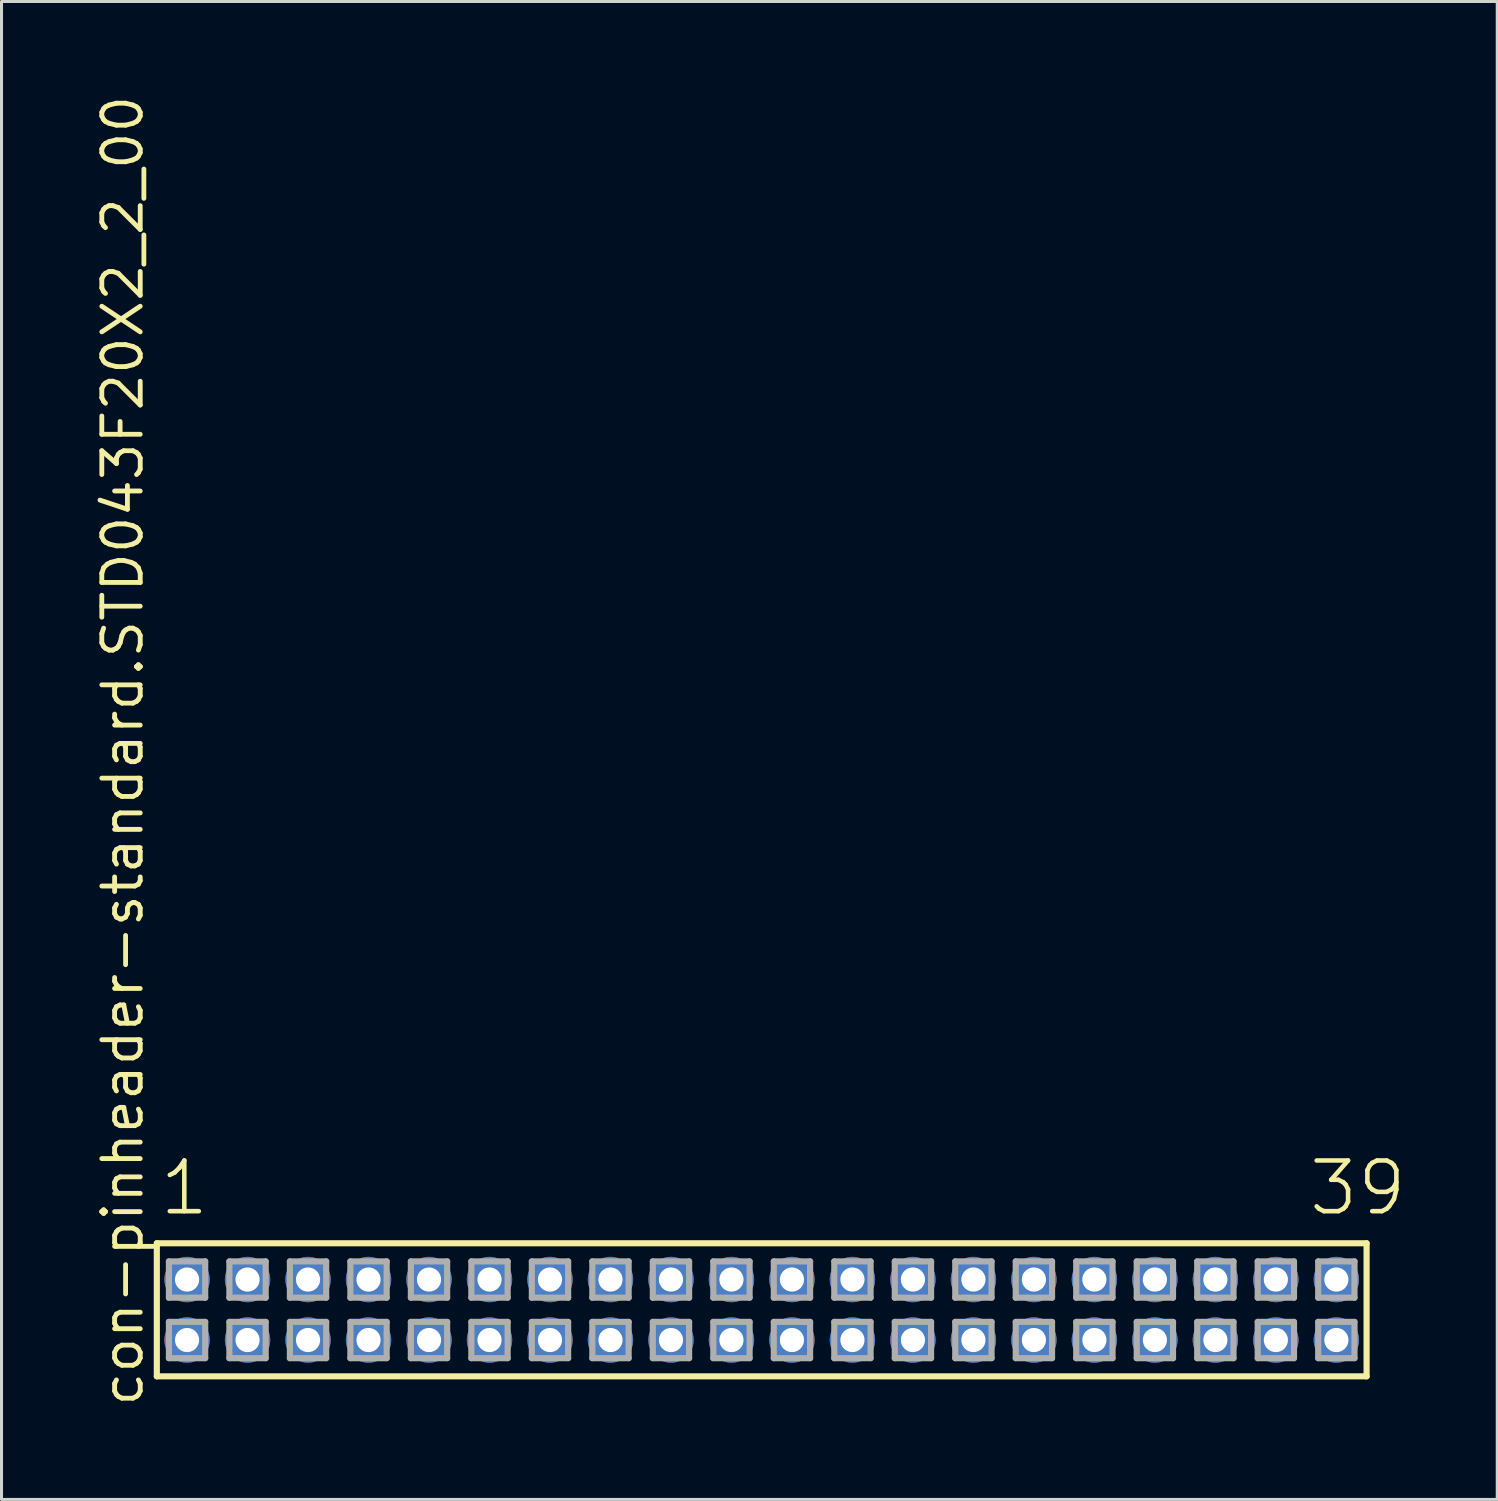
<source format=kicad_pcb>
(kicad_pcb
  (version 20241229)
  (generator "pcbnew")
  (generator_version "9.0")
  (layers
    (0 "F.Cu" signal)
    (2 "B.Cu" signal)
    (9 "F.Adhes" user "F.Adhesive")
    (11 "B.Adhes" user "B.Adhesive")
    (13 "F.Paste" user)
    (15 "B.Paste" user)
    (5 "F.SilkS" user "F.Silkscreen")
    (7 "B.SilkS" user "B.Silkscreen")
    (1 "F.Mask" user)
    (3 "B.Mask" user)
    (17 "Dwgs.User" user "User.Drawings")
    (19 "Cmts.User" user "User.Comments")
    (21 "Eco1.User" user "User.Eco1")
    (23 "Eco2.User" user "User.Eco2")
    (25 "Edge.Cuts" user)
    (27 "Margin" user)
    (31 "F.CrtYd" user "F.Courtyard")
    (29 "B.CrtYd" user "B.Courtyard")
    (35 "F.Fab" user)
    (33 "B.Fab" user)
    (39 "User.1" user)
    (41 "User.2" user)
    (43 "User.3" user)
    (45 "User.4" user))
  (footprint "con-pinheader-standard.STD043F20X2_2_00"
    (layer "F.Cu")
    (at 22.135 40.257)
    (property "Reference" "con-pinheader-standard.STD043F20X2_2_00" (at -20.385 3.27 90) (layer "F.SilkS") (effects (font (size 1.27 1.27) (thickness 0.16)) (justify left bottom)))
    (attr through_hole)
    (fp_line (start -20 -2.2) (end 20 -2.2) (stroke (width 0.203) (type default)) (layer "F.SilkS"))
    (fp_line (start -20 2.2) (end -20 -2.2) (stroke (width 0.203) (type default)) (layer "F.SilkS"))
    (fp_line (start 20 -2.2) (end 20 2.2) (stroke (width 0.203) (type default)) (layer "F.SilkS"))
    (fp_line (start 20 2.2) (end -20 2.2) (stroke (width 0.203) (type default)) (layer "F.SilkS"))
    (fp_line (start -19.6 -1.6) (end -18.4 -1.6) (stroke (width 0.203) (type default)) (layer "F.Fab"))
    (fp_line (start -19.6 -0.4) (end -19.6 -1.6) (stroke (width 0.203) (type default)) (layer "F.Fab"))
    (fp_line (start -19.6 0.4) (end -18.4 0.4) (stroke (width 0.203) (type default)) (layer "F.Fab"))
    (fp_line (start -19.6 1.6) (end -19.6 0.4) (stroke (width 0.203) (type default)) (layer "F.Fab"))
    (fp_line (start -18.4 -1.6) (end -18.4 -0.4) (stroke (width 0.203) (type default)) (layer "F.Fab"))
    (fp_line (start -18.4 -0.4) (end -19.6 -0.4) (stroke (width 0.203) (type default)) (layer "F.Fab"))
    (fp_line (start -18.4 0.4) (end -18.4 1.6) (stroke (width 0.203) (type default)) (layer "F.Fab"))
    (fp_line (start -18.4 1.6) (end -19.6 1.6) (stroke (width 0.203) (type default)) (layer "F.Fab"))
    (fp_line (start -17.6 -1.6) (end -16.4 -1.6) (stroke (width 0.203) (type default)) (layer "F.Fab"))
    (fp_line (start -17.6 -0.4) (end -17.6 -1.6) (stroke (width 0.203) (type default)) (layer "F.Fab"))
    (fp_line (start -17.6 0.4) (end -16.4 0.4) (stroke (width 0.203) (type default)) (layer "F.Fab"))
    (fp_line (start -17.6 1.6) (end -17.6 0.4) (stroke (width 0.203) (type default)) (layer "F.Fab"))
    (fp_line (start -16.4 -1.6) (end -16.4 -0.4) (stroke (width 0.203) (type default)) (layer "F.Fab"))
    (fp_line (start -16.4 -0.4) (end -17.6 -0.4) (stroke (width 0.203) (type default)) (layer "F.Fab"))
    (fp_line (start -16.4 0.4) (end -16.4 1.6) (stroke (width 0.203) (type default)) (layer "F.Fab"))
    (fp_line (start -16.4 1.6) (end -17.6 1.6) (stroke (width 0.203) (type default)) (layer "F.Fab"))
    (fp_line (start -15.6 -1.6) (end -14.4 -1.6) (stroke (width 0.203) (type default)) (layer "F.Fab"))
    (fp_line (start -15.6 -0.4) (end -15.6 -1.6) (stroke (width 0.203) (type default)) (layer "F.Fab"))
    (fp_line (start -15.6 0.4) (end -14.4 0.4) (stroke (width 0.203) (type default)) (layer "F.Fab"))
    (fp_line (start -15.6 1.6) (end -15.6 0.4) (stroke (width 0.203) (type default)) (layer "F.Fab"))
    (fp_line (start -14.4 -1.6) (end -14.4 -0.4) (stroke (width 0.203) (type default)) (layer "F.Fab"))
    (fp_line (start -14.4 -0.4) (end -15.6 -0.4) (stroke (width 0.203) (type default)) (layer "F.Fab"))
    (fp_line (start -14.4 0.4) (end -14.4 1.6) (stroke (width 0.203) (type default)) (layer "F.Fab"))
    (fp_line (start -14.4 1.6) (end -15.6 1.6) (stroke (width 0.203) (type default)) (layer "F.Fab"))
    (fp_line (start -13.6 -1.6) (end -12.4 -1.6) (stroke (width 0.203) (type default)) (layer "F.Fab"))
    (fp_line (start -13.6 -0.4) (end -13.6 -1.6) (stroke (width 0.203) (type default)) (layer "F.Fab"))
    (fp_line (start -13.6 0.4) (end -12.4 0.4) (stroke (width 0.203) (type default)) (layer "F.Fab"))
    (fp_line (start -13.6 1.6) (end -13.6 0.4) (stroke (width 0.203) (type default)) (layer "F.Fab"))
    (fp_line (start -12.4 -1.6) (end -12.4 -0.4) (stroke (width 0.203) (type default)) (layer "F.Fab"))
    (fp_line (start -12.4 -0.4) (end -13.6 -0.4) (stroke (width 0.203) (type default)) (layer "F.Fab"))
    (fp_line (start -12.4 0.4) (end -12.4 1.6) (stroke (width 0.203) (type default)) (layer "F.Fab"))
    (fp_line (start -12.4 1.6) (end -13.6 1.6) (stroke (width 0.203) (type default)) (layer "F.Fab"))
    (fp_line (start -11.6 -1.6) (end -10.4 -1.6) (stroke (width 0.203) (type default)) (layer "F.Fab"))
    (fp_line (start -11.6 -0.4) (end -11.6 -1.6) (stroke (width 0.203) (type default)) (layer "F.Fab"))
    (fp_line (start -11.6 0.4) (end -10.4 0.4) (stroke (width 0.203) (type default)) (layer "F.Fab"))
    (fp_line (start -11.6 1.6) (end -11.6 0.4) (stroke (width 0.203) (type default)) (layer "F.Fab"))
    (fp_line (start -10.4 -1.6) (end -10.4 -0.4) (stroke (width 0.203) (type default)) (layer "F.Fab"))
    (fp_line (start -10.4 -0.4) (end -11.6 -0.4) (stroke (width 0.203) (type default)) (layer "F.Fab"))
    (fp_line (start -10.4 0.4) (end -10.4 1.6) (stroke (width 0.203) (type default)) (layer "F.Fab"))
    (fp_line (start -10.4 1.6) (end -11.6 1.6) (stroke (width 0.203) (type default)) (layer "F.Fab"))
    (fp_line (start -9.6 -1.6) (end -8.4 -1.6) (stroke (width 0.203) (type default)) (layer "F.Fab"))
    (fp_line (start -9.6 -0.4) (end -9.6 -1.6) (stroke (width 0.203) (type default)) (layer "F.Fab"))
    (fp_line (start -9.6 0.4) (end -8.4 0.4) (stroke (width 0.203) (type default)) (layer "F.Fab"))
    (fp_line (start -9.6 1.6) (end -9.6 0.4) (stroke (width 0.203) (type default)) (layer "F.Fab"))
    (fp_line (start -8.4 -1.6) (end -8.4 -0.4) (stroke (width 0.203) (type default)) (layer "F.Fab"))
    (fp_line (start -8.4 -0.4) (end -9.6 -0.4) (stroke (width 0.203) (type default)) (layer "F.Fab"))
    (fp_line (start -8.4 0.4) (end -8.4 1.6) (stroke (width 0.203) (type default)) (layer "F.Fab"))
    (fp_line (start -8.4 1.6) (end -9.6 1.6) (stroke (width 0.203) (type default)) (layer "F.Fab"))
    (fp_line (start -7.6 -1.6) (end -6.4 -1.6) (stroke (width 0.203) (type default)) (layer "F.Fab"))
    (fp_line (start -7.6 -0.4) (end -7.6 -1.6) (stroke (width 0.203) (type default)) (layer "F.Fab"))
    (fp_line (start -7.6 0.4) (end -6.4 0.4) (stroke (width 0.203) (type default)) (layer "F.Fab"))
    (fp_line (start -7.6 1.6) (end -7.6 0.4) (stroke (width 0.203) (type default)) (layer "F.Fab"))
    (fp_line (start -6.4 -1.6) (end -6.4 -0.4) (stroke (width 0.203) (type default)) (layer "F.Fab"))
    (fp_line (start -6.4 -0.4) (end -7.6 -0.4) (stroke (width 0.203) (type default)) (layer "F.Fab"))
    (fp_line (start -6.4 0.4) (end -6.4 1.6) (stroke (width 0.203) (type default)) (layer "F.Fab"))
    (fp_line (start -6.4 1.6) (end -7.6 1.6) (stroke (width 0.203) (type default)) (layer "F.Fab"))
    (fp_line (start -5.6 -1.6) (end -4.4 -1.6) (stroke (width 0.203) (type default)) (layer "F.Fab"))
    (fp_line (start -5.6 -0.4) (end -5.6 -1.6) (stroke (width 0.203) (type default)) (layer "F.Fab"))
    (fp_line (start -5.6 0.4) (end -4.4 0.4) (stroke (width 0.203) (type default)) (layer "F.Fab"))
    (fp_line (start -5.6 1.6) (end -5.6 0.4) (stroke (width 0.203) (type default)) (layer "F.Fab"))
    (fp_line (start -4.4 -1.6) (end -4.4 -0.4) (stroke (width 0.203) (type default)) (layer "F.Fab"))
    (fp_line (start -4.4 -0.4) (end -5.6 -0.4) (stroke (width 0.203) (type default)) (layer "F.Fab"))
    (fp_line (start -4.4 0.4) (end -4.4 1.6) (stroke (width 0.203) (type default)) (layer "F.Fab"))
    (fp_line (start -4.4 1.6) (end -5.6 1.6) (stroke (width 0.203) (type default)) (layer "F.Fab"))
    (fp_line (start -3.6 -1.6) (end -2.4 -1.6) (stroke (width 0.203) (type default)) (layer "F.Fab"))
    (fp_line (start -3.6 -0.4) (end -3.6 -1.6) (stroke (width 0.203) (type default)) (layer "F.Fab"))
    (fp_line (start -3.6 0.4) (end -2.4 0.4) (stroke (width 0.203) (type default)) (layer "F.Fab"))
    (fp_line (start -3.6 1.6) (end -3.6 0.4) (stroke (width 0.203) (type default)) (layer "F.Fab"))
    (fp_line (start -2.4 -1.6) (end -2.4 -0.4) (stroke (width 0.203) (type default)) (layer "F.Fab"))
    (fp_line (start -2.4 -0.4) (end -3.6 -0.4) (stroke (width 0.203) (type default)) (layer "F.Fab"))
    (fp_line (start -2.4 0.4) (end -2.4 1.6) (stroke (width 0.203) (type default)) (layer "F.Fab"))
    (fp_line (start -2.4 1.6) (end -3.6 1.6) (stroke (width 0.203) (type default)) (layer "F.Fab"))
    (fp_line (start -1.6 -1.6) (end -0.4 -1.6) (stroke (width 0.203) (type default)) (layer "F.Fab"))
    (fp_line (start -1.6 -0.4) (end -1.6 -1.6) (stroke (width 0.203) (type default)) (layer "F.Fab"))
    (fp_line (start -1.6 0.4) (end -0.4 0.4) (stroke (width 0.203) (type default)) (layer "F.Fab"))
    (fp_line (start -1.6 1.6) (end -1.6 0.4) (stroke (width 0.203) (type default)) (layer "F.Fab"))
    (fp_line (start -0.4 -1.6) (end -0.4 -0.4) (stroke (width 0.203) (type default)) (layer "F.Fab"))
    (fp_line (start -0.4 -0.4) (end -1.6 -0.4) (stroke (width 0.203) (type default)) (layer "F.Fab"))
    (fp_line (start -0.4 0.4) (end -0.4 1.6) (stroke (width 0.203) (type default)) (layer "F.Fab"))
    (fp_line (start -0.4 1.6) (end -1.6 1.6) (stroke (width 0.203) (type default)) (layer "F.Fab"))
    (fp_line (start 0.4 -1.6) (end 1.6 -1.6) (stroke (width 0.203) (type default)) (layer "F.Fab"))
    (fp_line (start 0.4 -0.4) (end 0.4 -1.6) (stroke (width 0.203) (type default)) (layer "F.Fab"))
    (fp_line (start 0.4 0.4) (end 1.6 0.4) (stroke (width 0.203) (type default)) (layer "F.Fab"))
    (fp_line (start 0.4 1.6) (end 0.4 0.4) (stroke (width 0.203) (type default)) (layer "F.Fab"))
    (fp_line (start 1.6 -1.6) (end 1.6 -0.4) (stroke (width 0.203) (type default)) (layer "F.Fab"))
    (fp_line (start 1.6 -0.4) (end 0.4 -0.4) (stroke (width 0.203) (type default)) (layer "F.Fab"))
    (fp_line (start 1.6 0.4) (end 1.6 1.6) (stroke (width 0.203) (type default)) (layer "F.Fab"))
    (fp_line (start 1.6 1.6) (end 0.4 1.6) (stroke (width 0.203) (type default)) (layer "F.Fab"))
    (fp_line (start 2.4 -1.6) (end 3.6 -1.6) (stroke (width 0.203) (type default)) (layer "F.Fab"))
    (fp_line (start 2.4 -0.4) (end 2.4 -1.6) (stroke (width 0.203) (type default)) (layer "F.Fab"))
    (fp_line (start 2.4 0.4) (end 3.6 0.4) (stroke (width 0.203) (type default)) (layer "F.Fab"))
    (fp_line (start 2.4 1.6) (end 2.4 0.4) (stroke (width 0.203) (type default)) (layer "F.Fab"))
    (fp_line (start 3.6 -1.6) (end 3.6 -0.4) (stroke (width 0.203) (type default)) (layer "F.Fab"))
    (fp_line (start 3.6 -0.4) (end 2.4 -0.4) (stroke (width 0.203) (type default)) (layer "F.Fab"))
    (fp_line (start 3.6 0.4) (end 3.6 1.6) (stroke (width 0.203) (type default)) (layer "F.Fab"))
    (fp_line (start 3.6 1.6) (end 2.4 1.6) (stroke (width 0.203) (type default)) (layer "F.Fab"))
    (fp_line (start 4.4 -1.6) (end 5.6 -1.6) (stroke (width 0.203) (type default)) (layer "F.Fab"))
    (fp_line (start 4.4 -0.4) (end 4.4 -1.6) (stroke (width 0.203) (type default)) (layer "F.Fab"))
    (fp_line (start 4.4 0.4) (end 5.6 0.4) (stroke (width 0.203) (type default)) (layer "F.Fab"))
    (fp_line (start 4.4 1.6) (end 4.4 0.4) (stroke (width 0.203) (type default)) (layer "F.Fab"))
    (fp_line (start 5.6 -1.6) (end 5.6 -0.4) (stroke (width 0.203) (type default)) (layer "F.Fab"))
    (fp_line (start 5.6 -0.4) (end 4.4 -0.4) (stroke (width 0.203) (type default)) (layer "F.Fab"))
    (fp_line (start 5.6 0.4) (end 5.6 1.6) (stroke (width 0.203) (type default)) (layer "F.Fab"))
    (fp_line (start 5.6 1.6) (end 4.4 1.6) (stroke (width 0.203) (type default)) (layer "F.Fab"))
    (fp_line (start 6.4 -1.6) (end 7.6 -1.6) (stroke (width 0.203) (type default)) (layer "F.Fab"))
    (fp_line (start 6.4 -0.4) (end 6.4 -1.6) (stroke (width 0.203) (type default)) (layer "F.Fab"))
    (fp_line (start 6.4 0.4) (end 7.6 0.4) (stroke (width 0.203) (type default)) (layer "F.Fab"))
    (fp_line (start 6.4 1.6) (end 6.4 0.4) (stroke (width 0.203) (type default)) (layer "F.Fab"))
    (fp_line (start 7.6 -1.6) (end 7.6 -0.4) (stroke (width 0.203) (type default)) (layer "F.Fab"))
    (fp_line (start 7.6 -0.4) (end 6.4 -0.4) (stroke (width 0.203) (type default)) (layer "F.Fab"))
    (fp_line (start 7.6 0.4) (end 7.6 1.6) (stroke (width 0.203) (type default)) (layer "F.Fab"))
    (fp_line (start 7.6 1.6) (end 6.4 1.6) (stroke (width 0.203) (type default)) (layer "F.Fab"))
    (fp_line (start 8.4 -1.6) (end 9.6 -1.6) (stroke (width 0.203) (type default)) (layer "F.Fab"))
    (fp_line (start 8.4 -0.4) (end 8.4 -1.6) (stroke (width 0.203) (type default)) (layer "F.Fab"))
    (fp_line (start 8.4 0.4) (end 9.6 0.4) (stroke (width 0.203) (type default)) (layer "F.Fab"))
    (fp_line (start 8.4 1.6) (end 8.4 0.4) (stroke (width 0.203) (type default)) (layer "F.Fab"))
    (fp_line (start 9.6 -1.6) (end 9.6 -0.4) (stroke (width 0.203) (type default)) (layer "F.Fab"))
    (fp_line (start 9.6 -0.4) (end 8.4 -0.4) (stroke (width 0.203) (type default)) (layer "F.Fab"))
    (fp_line (start 9.6 0.4) (end 9.6 1.6) (stroke (width 0.203) (type default)) (layer "F.Fab"))
    (fp_line (start 9.6 1.6) (end 8.4 1.6) (stroke (width 0.203) (type default)) (layer "F.Fab"))
    (fp_line (start 10.4 -1.6) (end 11.6 -1.6) (stroke (width 0.203) (type default)) (layer "F.Fab"))
    (fp_line (start 10.4 -0.4) (end 10.4 -1.6) (stroke (width 0.203) (type default)) (layer "F.Fab"))
    (fp_line (start 10.4 0.4) (end 11.6 0.4) (stroke (width 0.203) (type default)) (layer "F.Fab"))
    (fp_line (start 10.4 1.6) (end 10.4 0.4) (stroke (width 0.203) (type default)) (layer "F.Fab"))
    (fp_line (start 11.6 -1.6) (end 11.6 -0.4) (stroke (width 0.203) (type default)) (layer "F.Fab"))
    (fp_line (start 11.6 -0.4) (end 10.4 -0.4) (stroke (width 0.203) (type default)) (layer "F.Fab"))
    (fp_line (start 11.6 0.4) (end 11.6 1.6) (stroke (width 0.203) (type default)) (layer "F.Fab"))
    (fp_line (start 11.6 1.6) (end 10.4 1.6) (stroke (width 0.203) (type default)) (layer "F.Fab"))
    (fp_line (start 12.4 -1.6) (end 13.6 -1.6) (stroke (width 0.203) (type default)) (layer "F.Fab"))
    (fp_line (start 12.4 -0.4) (end 12.4 -1.6) (stroke (width 0.203) (type default)) (layer "F.Fab"))
    (fp_line (start 12.4 0.4) (end 13.6 0.4) (stroke (width 0.203) (type default)) (layer "F.Fab"))
    (fp_line (start 12.4 1.6) (end 12.4 0.4) (stroke (width 0.203) (type default)) (layer "F.Fab"))
    (fp_line (start 13.6 -1.6) (end 13.6 -0.4) (stroke (width 0.203) (type default)) (layer "F.Fab"))
    (fp_line (start 13.6 -0.4) (end 12.4 -0.4) (stroke (width 0.203) (type default)) (layer "F.Fab"))
    (fp_line (start 13.6 0.4) (end 13.6 1.6) (stroke (width 0.203) (type default)) (layer "F.Fab"))
    (fp_line (start 13.6 1.6) (end 12.4 1.6) (stroke (width 0.203) (type default)) (layer "F.Fab"))
    (fp_line (start 14.4 -1.6) (end 15.6 -1.6) (stroke (width 0.203) (type default)) (layer "F.Fab"))
    (fp_line (start 14.4 -0.4) (end 14.4 -1.6) (stroke (width 0.203) (type default)) (layer "F.Fab"))
    (fp_line (start 14.4 0.4) (end 15.6 0.4) (stroke (width 0.203) (type default)) (layer "F.Fab"))
    (fp_line (start 14.4 1.6) (end 14.4 0.4) (stroke (width 0.203) (type default)) (layer "F.Fab"))
    (fp_line (start 15.6 -1.6) (end 15.6 -0.4) (stroke (width 0.203) (type default)) (layer "F.Fab"))
    (fp_line (start 15.6 -0.4) (end 14.4 -0.4) (stroke (width 0.203) (type default)) (layer "F.Fab"))
    (fp_line (start 15.6 0.4) (end 15.6 1.6) (stroke (width 0.203) (type default)) (layer "F.Fab"))
    (fp_line (start 15.6 1.6) (end 14.4 1.6) (stroke (width 0.203) (type default)) (layer "F.Fab"))
    (fp_line (start 16.4 -1.6) (end 17.6 -1.6) (stroke (width 0.203) (type default)) (layer "F.Fab"))
    (fp_line (start 16.4 -0.4) (end 16.4 -1.6) (stroke (width 0.203) (type default)) (layer "F.Fab"))
    (fp_line (start 16.4 0.4) (end 17.6 0.4) (stroke (width 0.203) (type default)) (layer "F.Fab"))
    (fp_line (start 16.4 1.6) (end 16.4 0.4) (stroke (width 0.203) (type default)) (layer "F.Fab"))
    (fp_line (start 17.6 -1.6) (end 17.6 -0.4) (stroke (width 0.203) (type default)) (layer "F.Fab"))
    (fp_line (start 17.6 -0.4) (end 16.4 -0.4) (stroke (width 0.203) (type default)) (layer "F.Fab"))
    (fp_line (start 17.6 0.4) (end 17.6 1.6) (stroke (width 0.203) (type default)) (layer "F.Fab"))
    (fp_line (start 17.6 1.6) (end 16.4 1.6) (stroke (width 0.203) (type default)) (layer "F.Fab"))
    (fp_line (start 18.4 -1.6) (end 19.6 -1.6) (stroke (width 0.203) (type default)) (layer "F.Fab"))
    (fp_line (start 18.4 -0.4) (end 18.4 -1.6) (stroke (width 0.203) (type default)) (layer "F.Fab"))
    (fp_line (start 18.4 0.4) (end 19.6 0.4) (stroke (width 0.203) (type default)) (layer "F.Fab"))
    (fp_line (start 18.4 1.6) (end 18.4 0.4) (stroke (width 0.203) (type default)) (layer "F.Fab"))
    (fp_line (start 19.6 -1.6) (end 19.6 -0.4) (stroke (width 0.203) (type default)) (layer "F.Fab"))
    (fp_line (start 19.6 -0.4) (end 18.4 -0.4) (stroke (width 0.203) (type default)) (layer "F.Fab"))
    (fp_line (start 19.6 0.4) (end 19.6 1.6) (stroke (width 0.203) (type default)) (layer "F.Fab"))
    (fp_line (start 19.6 1.6) (end 18.4 1.6) (stroke (width 0.203) (type default)) (layer "F.Fab"))
    (fp_text user "39" (at 18.012 -3.048 0) (layer "F.SilkS") (effects (font (size 1.676 1.676) (thickness 0.15)) (justify left bottom)))
    (fp_text user "1" (at -19.988 -3.048 0) (layer "F.SilkS") (effects (font (size 1.676 1.676) (thickness 0.15)) (justify left bottom)))
    (pad "1" thru_hole circle (at -19 -1) (size 1.5 1.5) (drill 0.8) (layers "*.Cu" "*.Mask"))
    (pad "2" thru_hole circle (at -19 1) (size 1.5 1.5) (drill 0.8) (layers "*.Cu" "*.Mask"))
    (pad "3" thru_hole circle (at -17 -1) (size 1.5 1.5) (drill 0.8) (layers "*.Cu" "*.Mask"))
    (pad "4" thru_hole circle (at -17 1) (size 1.5 1.5) (drill 0.8) (layers "*.Cu" "*.Mask"))
    (pad "5" thru_hole circle (at -15 -1) (size 1.5 1.5) (drill 0.8) (layers "*.Cu" "*.Mask"))
    (pad "6" thru_hole circle (at -15 1) (size 1.5 1.5) (drill 0.8) (layers "*.Cu" "*.Mask"))
    (pad "7" thru_hole circle (at -13 -1) (size 1.5 1.5) (drill 0.8) (layers "*.Cu" "*.Mask"))
    (pad "8" thru_hole circle (at -13 1) (size 1.5 1.5) (drill 0.8) (layers "*.Cu" "*.Mask"))
    (pad "9" thru_hole circle (at -11 -1) (size 1.5 1.5) (drill 0.8) (layers "*.Cu" "*.Mask"))
    (pad "10" thru_hole circle (at -11 1) (size 1.5 1.5) (drill 0.8) (layers "*.Cu" "*.Mask"))
    (pad "11" thru_hole circle (at -9 -1) (size 1.5 1.5) (drill 0.8) (layers "*.Cu" "*.Mask"))
    (pad "12" thru_hole circle (at -9 1) (size 1.5 1.5) (drill 0.8) (layers "*.Cu" "*.Mask"))
    (pad "13" thru_hole circle (at -7 -1) (size 1.5 1.5) (drill 0.8) (layers "*.Cu" "*.Mask"))
    (pad "14" thru_hole circle (at -7 1) (size 1.5 1.5) (drill 0.8) (layers "*.Cu" "*.Mask"))
    (pad "15" thru_hole circle (at -5 -1) (size 1.5 1.5) (drill 0.8) (layers "*.Cu" "*.Mask"))
    (pad "16" thru_hole circle (at -5 1) (size 1.5 1.5) (drill 0.8) (layers "*.Cu" "*.Mask"))
    (pad "17" thru_hole circle (at -3 -1) (size 1.5 1.5) (drill 0.8) (layers "*.Cu" "*.Mask"))
    (pad "18" thru_hole circle (at -3 1) (size 1.5 1.5) (drill 0.8) (layers "*.Cu" "*.Mask"))
    (pad "19" thru_hole circle (at -1 -1) (size 1.5 1.5) (drill 0.8) (layers "*.Cu" "*.Mask"))
    (pad "20" thru_hole circle (at -1 1) (size 1.5 1.5) (drill 0.8) (layers "*.Cu" "*.Mask"))
    (pad "21" thru_hole circle (at 1 -1) (size 1.5 1.5) (drill 0.8) (layers "*.Cu" "*.Mask"))
    (pad "22" thru_hole circle (at 1 1) (size 1.5 1.5) (drill 0.8) (layers "*.Cu" "*.Mask"))
    (pad "23" thru_hole circle (at 3 -1) (size 1.5 1.5) (drill 0.8) (layers "*.Cu" "*.Mask"))
    (pad "24" thru_hole circle (at 3 1) (size 1.5 1.5) (drill 0.8) (layers "*.Cu" "*.Mask"))
    (pad "25" thru_hole circle (at 5 -1) (size 1.5 1.5) (drill 0.8) (layers "*.Cu" "*.Mask"))
    (pad "26" thru_hole circle (at 5 1) (size 1.5 1.5) (drill 0.8) (layers "*.Cu" "*.Mask"))
    (pad "27" thru_hole circle (at 7 -1) (size 1.5 1.5) (drill 0.8) (layers "*.Cu" "*.Mask"))
    (pad "28" thru_hole circle (at 7 1) (size 1.5 1.5) (drill 0.8) (layers "*.Cu" "*.Mask"))
    (pad "29" thru_hole circle (at 9 -1) (size 1.5 1.5) (drill 0.8) (layers "*.Cu" "*.Mask"))
    (pad "30" thru_hole circle (at 9 1) (size 1.5 1.5) (drill 0.8) (layers "*.Cu" "*.Mask"))
    (pad "31" thru_hole circle (at 11 -1) (size 1.5 1.5) (drill 0.8) (layers "*.Cu" "*.Mask"))
    (pad "32" thru_hole circle (at 11 1) (size 1.5 1.5) (drill 0.8) (layers "*.Cu" "*.Mask"))
    (pad "33" thru_hole circle (at 13 -1) (size 1.5 1.5) (drill 0.8) (layers "*.Cu" "*.Mask"))
    (pad "34" thru_hole circle (at 13 1) (size 1.5 1.5) (drill 0.8) (layers "*.Cu" "*.Mask"))
    (pad "35" thru_hole circle (at 15 -1) (size 1.5 1.5) (drill 0.8) (layers "*.Cu" "*.Mask"))
    (pad "36" thru_hole circle (at 15 1) (size 1.5 1.5) (drill 0.8) (layers "*.Cu" "*.Mask"))
    (pad "37" thru_hole circle (at 17 -1) (size 1.5 1.5) (drill 0.8) (layers "*.Cu" "*.Mask"))
    (pad "38" thru_hole circle (at 17 1) (size 1.5 1.5) (drill 0.8) (layers "*.Cu" "*.Mask"))
    (pad "39" thru_hole circle (at 19 -1) (size 1.5 1.5) (drill 0.8) (layers "*.Cu" "*.Mask"))
    (pad "40" thru_hole circle (at 19 1) (size 1.5 1.5) (drill 0.8) (layers "*.Cu" "*.Mask")))
  (gr_rect
    (start -3 -3)
    (end 46.455 46.527)
    (stroke (width 0.1) (type default))
    (fill no)
    (layer "Edge.Cuts")))
</source>
